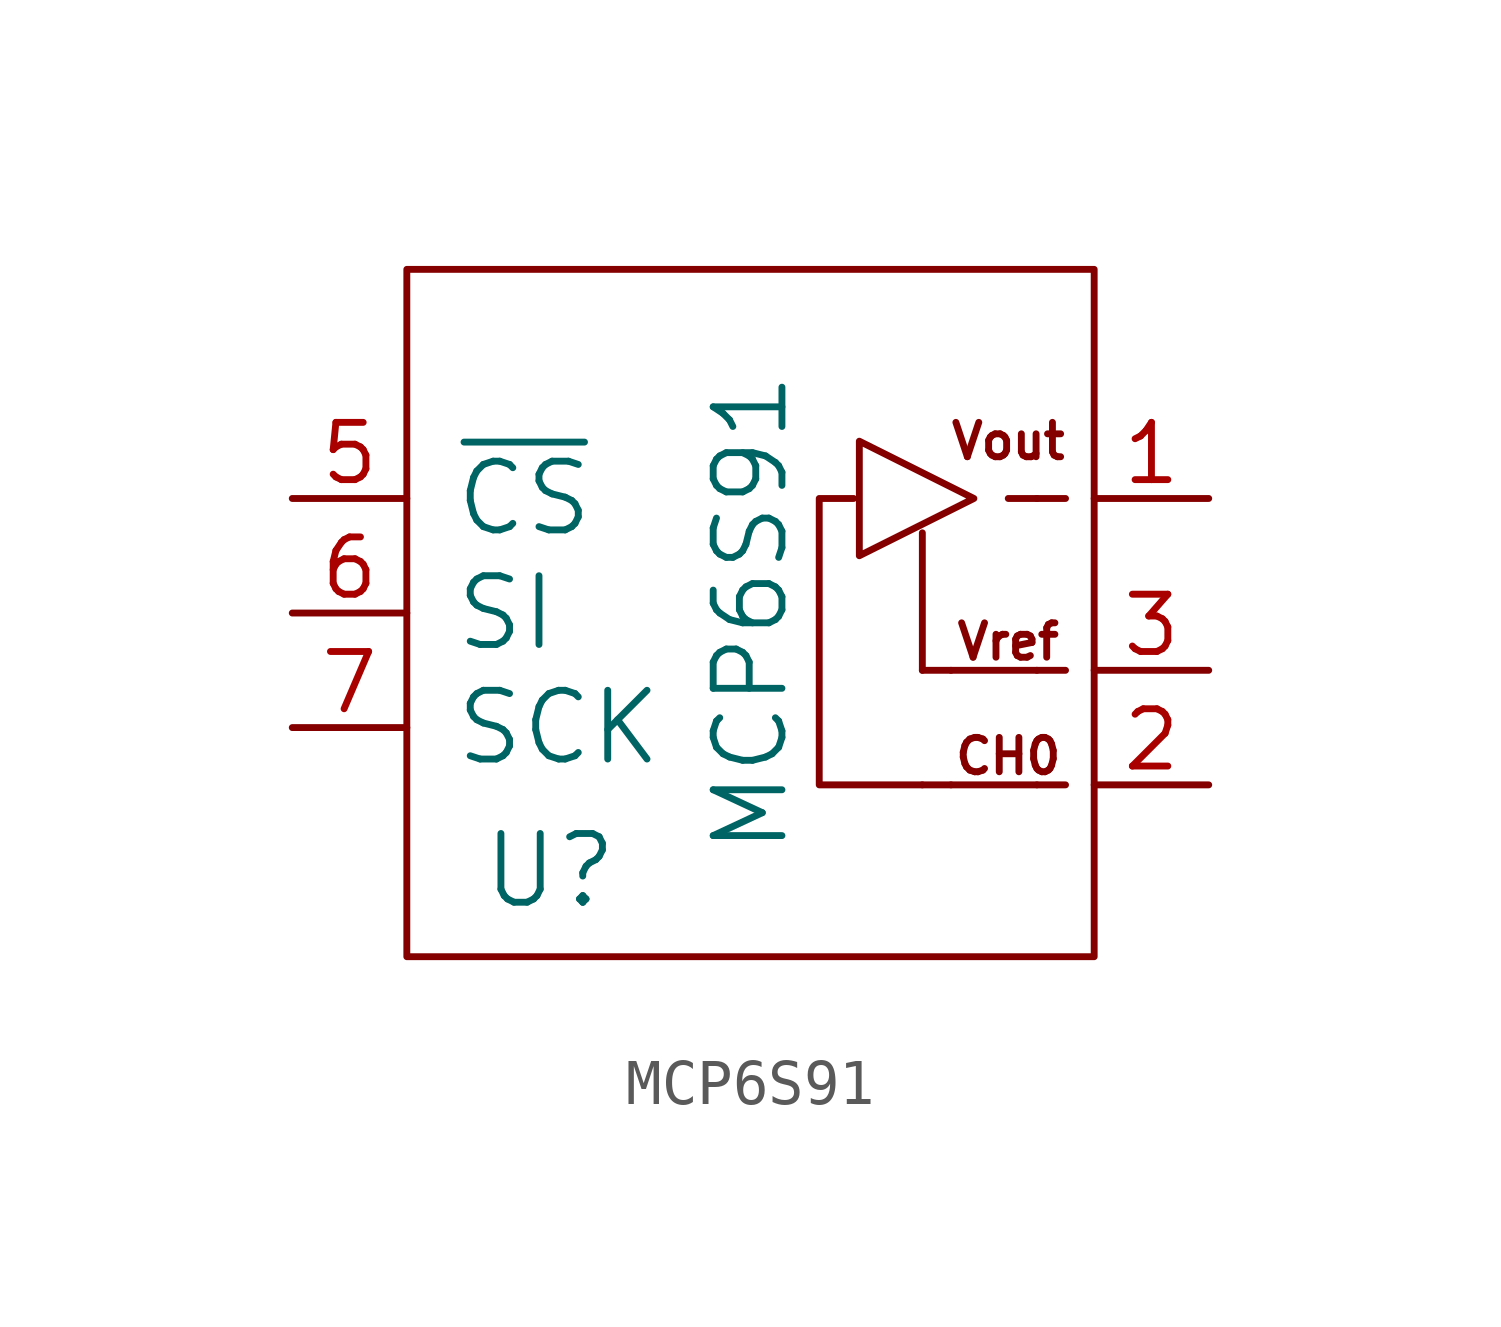
<source format=kicad_sym>
(kicad_symbol_lib
  (version 20231120)
  (generator "kicad_symbol_editor")
  (generator_version "8.0")
  (symbol "MCP6S91"
    (pin_names
      (offset 1.016))
    (property "Reference" "U"
      (at -4.445 -5.715 0)
      (effects (font (size 1.524 1.524))))
    (property "Value" "MCP6S91"
      (at 0 0 90)
      (effects (font (size 1.524 1.524))))
    (property "Footprint" ""
      (at 0 0 0)
      (effects (font (size 1.524 1.524))))
    (property "Datasheet" ""
      (at 0 0 0)
      (effects (font (size 1.524 1.524))))
    (symbol "MCP6S91_0_0"
      (rectangle (start -7.62 7.62) (end 7.62 -7.62) (stroke (width 0) (type default)) (fill (type none)))
      (polyline (pts (xy 3.81 -1.27) (xy 3.81 1.778)) (stroke (width 0) (type default)) (fill (type none)))
      (polyline (pts (xy 4.445 -3.81) (xy 3.81 -3.81)) (stroke (width 0) (type default)) (fill (type none)))
      (polyline (pts (xy 4.445 -1.27) (xy 3.81 -1.27)) (stroke (width 0) (type default)) (fill (type none)))
      (polyline (pts (xy 5.715 2.54) (xy 6.35 2.54)) (stroke (width 0) (type default)) (fill (type none)))
      (polyline (pts (xy 6.35 -3.81) (xy 4.445 -3.81)) (stroke (width 0) (type default)) (fill (type none)))
      (polyline (pts (xy 6.35 -1.27) (xy 4.445 -1.27)) (stroke (width 0) (type default)) (fill (type none)))
      (polyline (pts (xy 6.35 -1.27) (xy 6.985 -1.27)) (stroke (width 0) (type default)) (fill (type none)))
      (polyline (pts (xy 6.35 2.54) (xy 6.985 2.54)) (stroke (width 0) (type default)) (fill (type none)))
      (polyline (pts (xy 6.985 -3.81) (xy 6.35 -3.81)) (stroke (width 0) (type default)) (fill (type none)))
      (polyline (pts (xy 3.81 -3.81) (xy 1.524 -3.81) (xy 1.524 2.54) (xy 2.286 2.54)) (stroke (width 0) (type default)) (fill (type none)))
      (polyline (pts (xy 4.953 2.54) (xy 2.413 3.81) (xy 2.413 1.27) (xy 4.953 2.54)) (stroke (width 0) (type default)) (fill (type none)))
      (text "CH0" (at 5.715 -3.175 0) (effects (font (size 0.762 0.762))))
      (text "Vout" (at 5.715 3.81 0) (effects (font (size 0.762 0.762))))
      (text "Vref" (at 5.715 -0.635 0) (effects (font (size 0.762 0.762)))))
    (symbol "MCP6S91_1_1"
      (pin passive line (at 10.16 2.54 180) (length 2.54) (name "~" (effects (font (size 1.524 1.524)))) (number "1" (effects (font (size 1.27 1.27)))))
      (pin passive line (at 10.16 -3.81 180) (length 2.54) (name "~" (effects (font (size 1.524 1.524)))) (number "2" (effects (font (size 1.27 1.27)))))
      (pin passive line (at 10.16 -1.27 180) (length 2.54) (name "~" (effects (font (size 1.524 1.524)))) (number "3" (effects (font (size 1.27 1.27)))))
      (pin power_in line (at 0 -7.62 90) (length 0) hide (name "GND" (effects (font (size 1.016 1.016)))) (number "4" (effects (font (size 1.27 1.27)))))
      (pin passive line (at -10.16 2.54 0) (length 2.54) (name "~{CS}" (effects (font (size 1.524 1.524)))) (number "5" (effects (font (size 1.27 1.27)))))
      (pin passive line (at -10.16 0 0) (length 2.54) (name "SI" (effects (font (size 1.524 1.524)))) (number "6" (effects (font (size 1.27 1.27)))))
      (pin passive line (at -10.16 -2.54 0) (length 2.54) (name "SCK" (effects (font (size 1.524 1.524)))) (number "7" (effects (font (size 1.27 1.27)))))
      (pin power_in line (at 0 7.62 270) (length 0) hide (name "Vcc" (effects (font (size 1.016 1.016)))) (number "8" (effects (font (size 1.27 1.27))))))))
</source>
